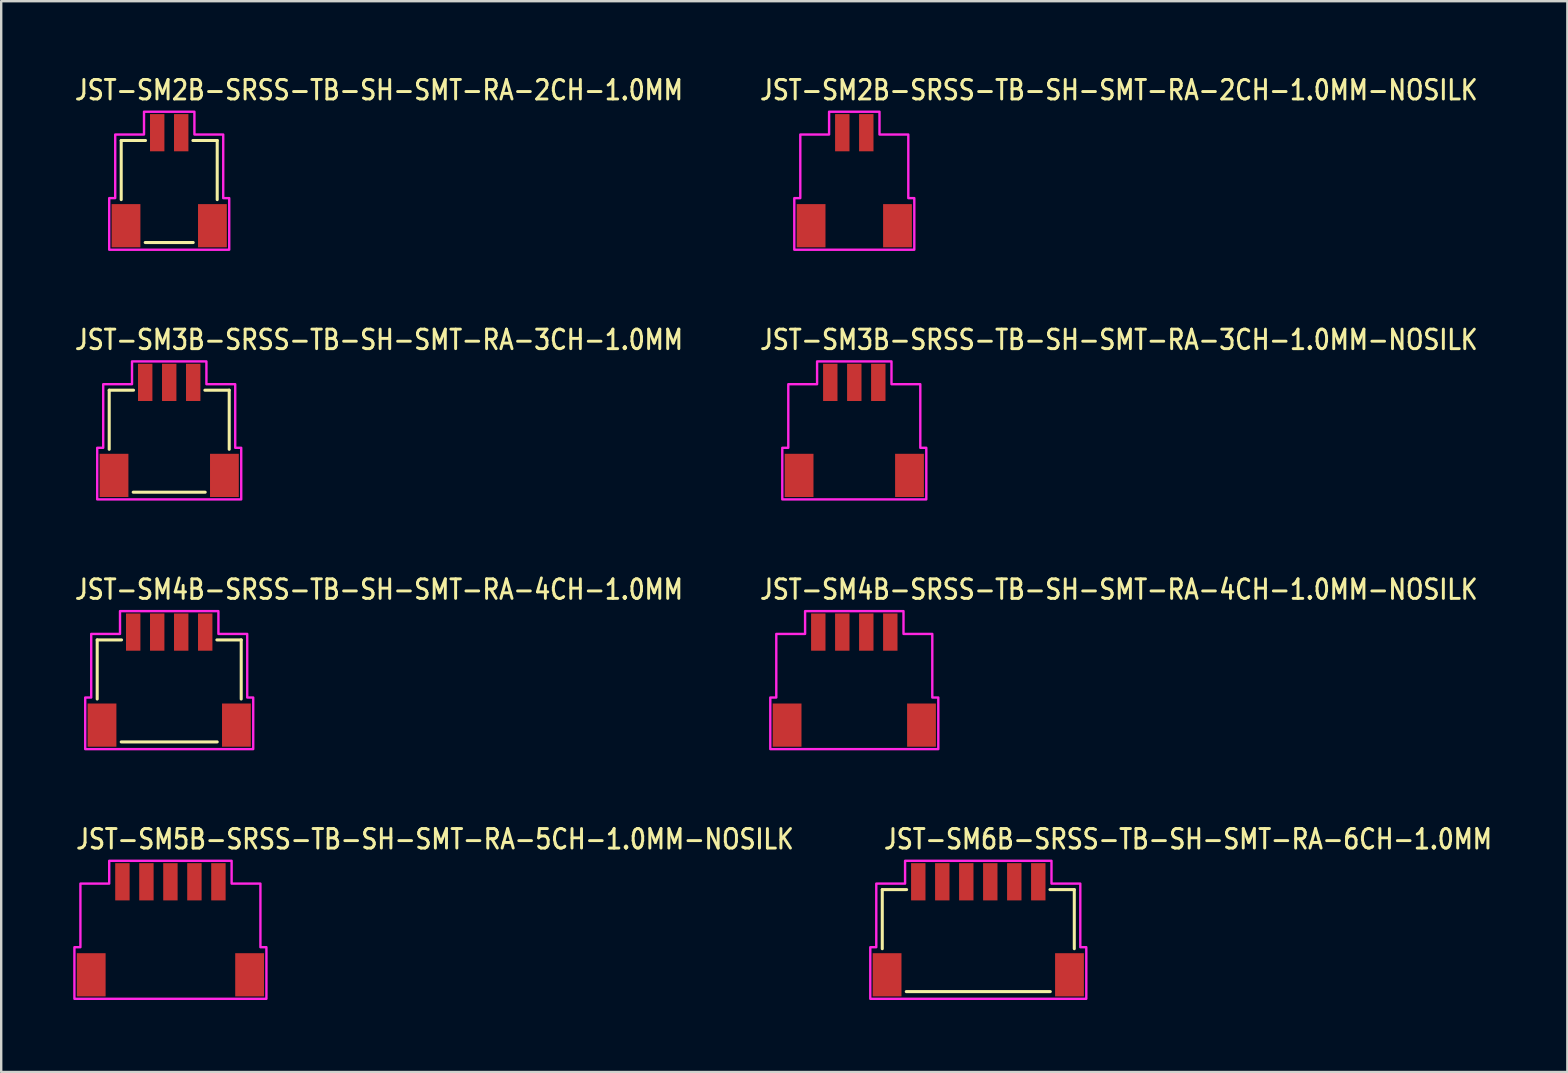
<source format=kicad_pcb>
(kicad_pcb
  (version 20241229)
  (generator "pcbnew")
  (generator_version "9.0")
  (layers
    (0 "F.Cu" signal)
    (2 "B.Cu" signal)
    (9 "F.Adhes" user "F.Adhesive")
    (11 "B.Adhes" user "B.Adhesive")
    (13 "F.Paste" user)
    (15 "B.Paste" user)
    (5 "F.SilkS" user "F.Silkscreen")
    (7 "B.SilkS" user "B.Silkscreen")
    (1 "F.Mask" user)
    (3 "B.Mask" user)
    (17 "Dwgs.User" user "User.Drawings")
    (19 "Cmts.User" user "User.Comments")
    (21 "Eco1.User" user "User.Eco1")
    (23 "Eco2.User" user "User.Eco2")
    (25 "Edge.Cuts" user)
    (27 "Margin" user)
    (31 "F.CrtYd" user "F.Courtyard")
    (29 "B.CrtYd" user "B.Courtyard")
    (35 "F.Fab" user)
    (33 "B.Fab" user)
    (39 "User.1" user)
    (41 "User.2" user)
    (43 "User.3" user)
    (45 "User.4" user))
  (footprint "JST-SM6B-SRSS-TB-SH-SMT-RA-6CH-1.0MM"
    (layer "F.Cu")
    (at 37.709 35.689)
    (property "Reference" "JST-SM6B-SRSS-TB-SH-SMT-RA-6CH-1.0MM" (at -4 -3.3 0) (unlocked yes) (layer "F.SilkS") (effects (font (size 0.813 0.695) (thickness 0.122)) (justify left bottom)))
    (fp_line (start -4 -1.675) (end -2.986 -1.675) (stroke (width 0.127) (type solid)) (layer "F.SilkS"))
    (fp_line (start -4 0.788) (end -4 -1.675) (stroke (width 0.127) (type solid)) (layer "F.SilkS"))
    (fp_line (start -3 2.575) (end 3 2.575) (stroke (width 0.127) (type solid)) (layer "F.SilkS"))
    (fp_line (start 2.986 -1.675) (end 4 -1.675) (stroke (width 0.127) (type solid)) (layer "F.SilkS"))
    (fp_line (start 4 -1.675) (end 4 0.788) (stroke (width 0.127) (type solid)) (layer "F.SilkS"))
    (fp_poly (pts (xy -4.5 2.875) (xy -4.5 0.725) (xy -4.25 0.725) (xy -4.25 -1.925) (xy -3.05 -1.925) (xy -3.05 -2.875) (xy 3.05 -2.875) (xy 3.05 -1.925) (xy 4.25 -1.925) (xy 4.25 0.725) (xy 4.5 0.725) (xy 4.5 2.875)) (stroke (width 0.1) (type solid)) (fill no) (layer "F.CrtYd"))
    (pad "P$1" smd rect (at -2.5 -2) (size 0.6 1.55) (layers "F.Cu" "F.Mask" "F.Paste"))
    (pad "P$2" smd rect (at -1.5 -2) (size 0.6 1.55) (layers "F.Cu" "F.Mask" "F.Paste"))
    (pad "P$3" smd rect (at -0.5 -2) (size 0.6 1.55) (layers "F.Cu" "F.Mask" "F.Paste"))
    (pad "P$4" smd rect (at 0.5 -2) (size 0.6 1.55) (layers "F.Cu" "F.Mask" "F.Paste"))
    (pad "P$5" smd rect (at 1.5 -2) (size 0.6 1.55) (layers "F.Cu" "F.Mask" "F.Paste"))
    (pad "P$6" smd rect (at 2.5 -2) (size 0.6 1.55) (layers "F.Cu" "F.Mask" "F.Paste"))
    (pad "S$5" smd rect (at -3.8 1.875) (size 1.2 1.8) (layers "F.Cu" "F.Mask" "F.Paste"))
    (pad "S$6" smd rect (at 3.8 1.875) (size 1.2 1.8) (layers "F.Cu" "F.Mask" "F.Paste")))
  (footprint "JST-SM2B-SRSS-TB-SH-SMT-RA-2CH-1.0MM"
    (layer "F.Cu")
    (at 4 4.479)
    (property "Reference" "JST-SM2B-SRSS-TB-SH-SMT-RA-2CH-1.0MM" (at -4 -3.3 0) (unlocked yes) (layer "F.SilkS") (effects (font (size 0.813 0.695) (thickness 0.122)) (justify left bottom)))
    (fp_line (start -2 -1.675) (end -0.987 -1.675) (stroke (width 0.127) (type solid)) (layer "F.SilkS"))
    (fp_line (start -2 0.788) (end -2 -1.675) (stroke (width 0.127) (type solid)) (layer "F.SilkS"))
    (fp_line (start -1 2.575) (end 1 2.575) (stroke (width 0.127) (type solid)) (layer "F.SilkS"))
    (fp_line (start 0.987 -1.675) (end 2 -1.675) (stroke (width 0.127) (type solid)) (layer "F.SilkS"))
    (fp_line (start 2 -1.675) (end 2 0.788) (stroke (width 0.127) (type solid)) (layer "F.SilkS"))
    (fp_poly (pts (xy -2.5 2.875) (xy -2.5 0.725) (xy -2.25 0.725) (xy -2.25 -1.925) (xy -1.05 -1.925) (xy -1.05 -2.875) (xy 1.05 -2.875) (xy 1.05 -1.925) (xy 2.25 -1.925) (xy 2.25 0.725) (xy 2.5 0.725) (xy 2.5 2.875)) (stroke (width 0.1) (type solid)) (fill no) (layer "F.CrtYd"))
    (pad "P$1" smd rect (at -0.5 -2) (size 0.6 1.55) (layers "F.Cu" "F.Mask" "F.Paste"))
    (pad "P$2" smd rect (at 0.5 -2) (size 0.6 1.55) (layers "F.Cu" "F.Mask" "F.Paste"))
    (pad "S$13" smd rect (at -1.8 1.875) (size 1.2 1.8) (layers "F.Cu" "F.Mask" "F.Paste"))
    (pad "S$14" smd rect (at 1.8 1.875) (size 1.2 1.8) (layers "F.Cu" "F.Mask" "F.Paste")))
  (footprint "JST-SM3B-SRSS-TB-SH-SMT-RA-3CH-1.0MM-NOSILK"
    (layer "F.Cu")
    (at 32.543 14.882)
    (property "Reference" "JST-SM3B-SRSS-TB-SH-SMT-RA-3CH-1.0MM-NOSILK" (at -4 -3.3 0) (unlocked yes) (layer "F.SilkS") (effects (font (size 0.813 0.695) (thickness 0.122)) (justify left bottom)))
    (fp_poly (pts (xy -3 2.875) (xy -3 0.725) (xy -2.75 0.725) (xy -2.75 -1.925) (xy -1.55 -1.925) (xy -1.55 -2.875) (xy 1.55 -2.875) (xy 1.55 -1.925) (xy 2.75 -1.925) (xy 2.75 0.725) (xy 3 0.725) (xy 3 2.875)) (stroke (width 0.1) (type solid)) (fill no) (layer "F.CrtYd"))
    (pad "P$1" smd rect (at -1 -2) (size 0.6 1.55) (layers "F.Cu" "F.Mask" "F.Paste"))
    (pad "P$2" smd rect (at 0 -2) (size 0.6 1.55) (layers "F.Cu" "F.Mask" "F.Paste"))
    (pad "P$3" smd rect (at 1 -2) (size 0.6 1.55) (layers "F.Cu" "F.Mask" "F.Paste"))
    (pad "S$3" smd rect (at -2.3 1.875) (size 1.2 1.8) (layers "F.Cu" "F.Mask" "F.Paste"))
    (pad "S$4" smd rect (at 2.3 1.875) (size 1.2 1.8) (layers "F.Cu" "F.Mask" "F.Paste")))
  (footprint "JST-SM4B-SRSS-TB-SH-SMT-RA-4CH-1.0MM-NOSILK"
    (layer "F.Cu")
    (at 32.543 25.286)
    (property "Reference" "JST-SM4B-SRSS-TB-SH-SMT-RA-4CH-1.0MM-NOSILK" (at -4 -3.3 0) (unlocked yes) (layer "F.SilkS") (effects (font (size 0.813 0.695) (thickness 0.122)) (justify left bottom)))
    (fp_poly (pts (xy -3.5 2.875) (xy -3.5 0.725) (xy -3.25 0.725) (xy -3.25 -1.925) (xy -2.05 -1.925) (xy -2.05 -2.875) (xy 2.05 -2.875) (xy 2.05 -1.925) (xy 3.25 -1.925) (xy 3.25 0.725) (xy 3.5 0.725) (xy 3.5 2.875)) (stroke (width 0.1) (type solid)) (fill no) (layer "F.CrtYd"))
    (pad "P$1" smd rect (at -1.5 -2) (size 0.6 1.55) (layers "F.Cu" "F.Mask" "F.Paste"))
    (pad "P$2" smd rect (at -0.5 -2) (size 0.6 1.55) (layers "F.Cu" "F.Mask" "F.Paste"))
    (pad "P$3" smd rect (at 0.5 -2) (size 0.6 1.55) (layers "F.Cu" "F.Mask" "F.Paste"))
    (pad "P$4" smd rect (at 1.5 -2) (size 0.6 1.55) (layers "F.Cu" "F.Mask" "F.Paste"))
    (pad "S$4" smd rect (at -2.8 1.875) (size 1.2 1.8) (layers "F.Cu" "F.Mask" "F.Paste"))
    (pad "S$5" smd rect (at 2.8 1.875) (size 1.2 1.8) (layers "F.Cu" "F.Mask" "F.Paste")))
  (footprint "JST-SM5B-SRSS-TB-SH-SMT-RA-5CH-1.0MM-NOSILK"
    (layer "F.Cu")
    (at 4.05 35.689)
    (property "Reference" "JST-SM5B-SRSS-TB-SH-SMT-RA-5CH-1.0MM-NOSILK" (at -4 -3.3 0) (unlocked yes) (layer "F.SilkS") (effects (font (size 0.813 0.695) (thickness 0.122)) (justify left bottom)))
    (fp_poly (pts (xy -4 2.875) (xy -4 0.725) (xy -3.75 0.725) (xy -3.75 -1.925) (xy -2.55 -1.925) (xy -2.55 -2.875) (xy 2.55 -2.875) (xy 2.55 -1.925) (xy 3.75 -1.925) (xy 3.75 0.725) (xy 4 0.725) (xy 4 2.875)) (stroke (width 0.1) (type solid)) (fill no) (layer "F.CrtYd"))
    (pad "P$1" smd rect (at -2 -2) (size 0.6 1.55) (layers "F.Cu" "F.Mask" "F.Paste"))
    (pad "P$2" smd rect (at -1 -2) (size 0.6 1.55) (layers "F.Cu" "F.Mask" "F.Paste"))
    (pad "P$3" smd rect (at 0 -2) (size 0.6 1.55) (layers "F.Cu" "F.Mask" "F.Paste"))
    (pad "P$4" smd rect (at 1 -2) (size 0.6 1.55) (layers "F.Cu" "F.Mask" "F.Paste"))
    (pad "P$5" smd rect (at 2 -2) (size 0.6 1.55) (layers "F.Cu" "F.Mask" "F.Paste"))
    (pad "S$5" smd rect (at -3.3 1.875) (size 1.2 1.8) (layers "F.Cu" "F.Mask" "F.Paste"))
    (pad "S$6" smd rect (at 3.3 1.875) (size 1.2 1.8) (layers "F.Cu" "F.Mask" "F.Paste")))
  (footprint "JST-SM2B-SRSS-TB-SH-SMT-RA-2CH-1.0MM-NOSILK"
    (layer "F.Cu")
    (at 32.543 4.479)
    (property "Reference" "JST-SM2B-SRSS-TB-SH-SMT-RA-2CH-1.0MM-NOSILK" (at -4 -3.3 0) (unlocked yes) (layer "F.SilkS") (effects (font (size 0.813 0.695) (thickness 0.122)) (justify left bottom)))
    (fp_poly (pts (xy -2.5 2.875) (xy -2.5 0.725) (xy -2.25 0.725) (xy -2.25 -1.925) (xy -1.05 -1.925) (xy -1.05 -2.875) (xy 1.05 -2.875) (xy 1.05 -1.925) (xy 2.25 -1.925) (xy 2.25 0.725) (xy 2.5 0.725) (xy 2.5 2.875)) (stroke (width 0.1) (type solid)) (fill no) (layer "F.CrtYd"))
    (pad "P$1" smd rect (at -0.5 -2) (size 0.6 1.55) (layers "F.Cu" "F.Mask" "F.Paste"))
    (pad "P$2" smd rect (at 0.5 -2) (size 0.6 1.55) (layers "F.Cu" "F.Mask" "F.Paste"))
    (pad "S$2" smd rect (at -1.8 1.875) (size 1.2 1.8) (layers "F.Cu" "F.Mask" "F.Paste"))
    (pad "S$3" smd rect (at 1.8 1.875) (size 1.2 1.8) (layers "F.Cu" "F.Mask" "F.Paste")))
  (footprint "JST-SM4B-SRSS-TB-SH-SMT-RA-4CH-1.0MM"
    (layer "F.Cu")
    (at 4 25.286)
    (property "Reference" "JST-SM4B-SRSS-TB-SH-SMT-RA-4CH-1.0MM" (at -4 -3.3 0) (unlocked yes) (layer "F.SilkS") (effects (font (size 0.813 0.695) (thickness 0.122)) (justify left bottom)))
    (fp_line (start -3 -1.675) (end -1.986 -1.675) (stroke (width 0.127) (type solid)) (layer "F.SilkS"))
    (fp_line (start -3 0.788) (end -3 -1.675) (stroke (width 0.127) (type solid)) (layer "F.SilkS"))
    (fp_line (start -2 2.575) (end 2 2.575) (stroke (width 0.127) (type solid)) (layer "F.SilkS"))
    (fp_line (start 1.986 -1.675) (end 3 -1.675) (stroke (width 0.127) (type solid)) (layer "F.SilkS"))
    (fp_line (start 3 -1.675) (end 3 0.788) (stroke (width 0.127) (type solid)) (layer "F.SilkS"))
    (fp_poly (pts (xy -3.5 2.875) (xy -3.5 0.725) (xy -3.25 0.725) (xy -3.25 -1.925) (xy -2.05 -1.925) (xy -2.05 -2.875) (xy 2.05 -2.875) (xy 2.05 -1.925) (xy 3.25 -1.925) (xy 3.25 0.725) (xy 3.5 0.725) (xy 3.5 2.875)) (stroke (width 0.1) (type solid)) (fill no) (layer "F.CrtYd"))
    (pad "P$1" smd rect (at -1.5 -2) (size 0.6 1.55) (layers "F.Cu" "F.Mask" "F.Paste"))
    (pad "P$2" smd rect (at -0.5 -2) (size 0.6 1.55) (layers "F.Cu" "F.Mask" "F.Paste"))
    (pad "P$3" smd rect (at 0.5 -2) (size 0.6 1.55) (layers "F.Cu" "F.Mask" "F.Paste"))
    (pad "P$4" smd rect (at 1.5 -2) (size 0.6 1.55) (layers "F.Cu" "F.Mask" "F.Paste"))
    (pad "S$3" smd rect (at -2.8 1.875) (size 1.2 1.8) (layers "F.Cu" "F.Mask" "F.Paste"))
    (pad "S$4" smd rect (at 2.8 1.875) (size 1.2 1.8) (layers "F.Cu" "F.Mask" "F.Paste")))
  (footprint "JST-SM3B-SRSS-TB-SH-SMT-RA-3CH-1.0MM"
    (layer "F.Cu")
    (at 4 14.882)
    (property "Reference" "JST-SM3B-SRSS-TB-SH-SMT-RA-3CH-1.0MM" (at -4 -3.3 0) (unlocked yes) (layer "F.SilkS") (effects (font (size 0.813 0.695) (thickness 0.122)) (justify left bottom)))
    (fp_line (start -2.5 -1.675) (end -1.486 -1.675) (stroke (width 0.127) (type solid)) (layer "F.SilkS"))
    (fp_line (start -2.5 0.788) (end -2.5 -1.675) (stroke (width 0.127) (type solid)) (layer "F.SilkS"))
    (fp_line (start -1.5 2.575) (end 1.5 2.575) (stroke (width 0.127) (type solid)) (layer "F.SilkS"))
    (fp_line (start 1.486 -1.675) (end 2.5 -1.675) (stroke (width 0.127) (type solid)) (layer "F.SilkS"))
    (fp_line (start 2.5 -1.675) (end 2.5 0.788) (stroke (width 0.127) (type solid)) (layer "F.SilkS"))
    (fp_poly (pts (xy -3 2.875) (xy -3 0.725) (xy -2.75 0.725) (xy -2.75 -1.925) (xy -1.55 -1.925) (xy -1.55 -2.875) (xy 1.55 -2.875) (xy 1.55 -1.925) (xy 2.75 -1.925) (xy 2.75 0.725) (xy 3 0.725) (xy 3 2.875)) (stroke (width 0.1) (type solid)) (fill no) (layer "F.CrtYd"))
    (pad "P$1" smd rect (at -1 -2) (size 0.6 1.55) (layers "F.Cu" "F.Mask" "F.Paste"))
    (pad "P$2" smd rect (at 0 -2) (size 0.6 1.55) (layers "F.Cu" "F.Mask" "F.Paste"))
    (pad "P$3" smd rect (at 1 -2) (size 0.6 1.55) (layers "F.Cu" "F.Mask" "F.Paste"))
    (pad "S$2" smd rect (at -2.3 1.875) (size 1.2 1.8) (layers "F.Cu" "F.Mask" "F.Paste"))
    (pad "S$3" smd rect (at 2.3 1.875) (size 1.2 1.8) (layers "F.Cu" "F.Mask" "F.Paste")))
  (gr_rect
    (start -3 -3)
    (end 62.252 41.614)
    (stroke (width 0.1) (type default))
    (fill no)
    (layer "Edge.Cuts")))
</source>
